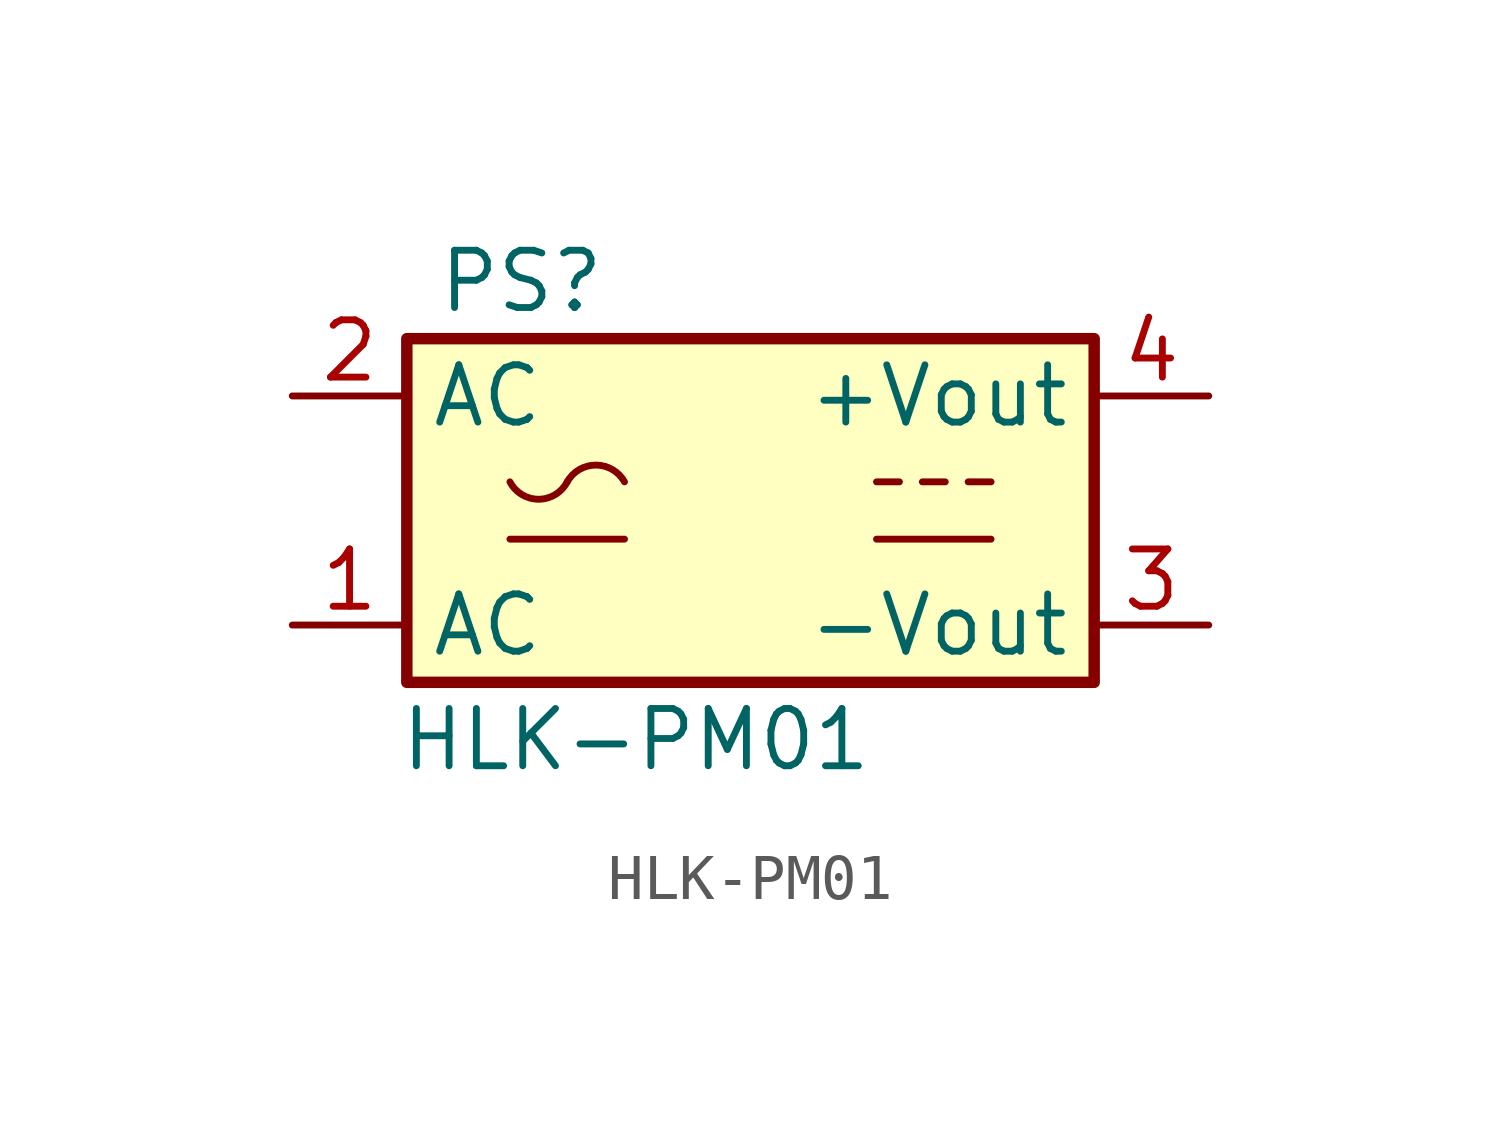
<source format=kicad_sym>
(kicad_symbol_lib
  (version 20211014)
  (generator kicad_symbol_editor)
  (symbol "HLK-PM01"
    (property "Reference" "PS"
      (at -5.08 5.08 0)
      (effects (font (size 1.27 1.27))))
    (property "Value" "HLK-PM01"
      (at -2.54 -5.08 0)
      (effects (font (size 1.27 1.27))))
    (symbol "HLK-PM01_1_1"
      (rectangle (start -7.62 3.81) (end 7.62 -3.81) (stroke (width 0.254) (type default) (color 0 0 0 0)) (fill (type background)))
      (arc (start -5.334 0.635) (mid -4.699 0.2495) (end -4.064 0.635) (stroke (width 0) (type default) (color 0 0 0 0)) (fill (type none)))
      (arc (start -2.794 0.635) (mid -3.429 1.0072) (end -4.064 0.635) (stroke (width 0) (type default) (color 0 0 0 0)) (fill (type none)))
      (polyline (pts (xy -5.334 -0.635) (xy -2.794 -0.635)) (stroke (width 0) (type default) (color 0 0 0 0)) (fill (type none)))
      (polyline (pts (xy 2.794 -0.635) (xy 5.334 -0.635)) (stroke (width 0) (type default) (color 0 0 0 0)) (fill (type none)))
      (polyline (pts (xy 2.794 0.635) (xy 3.302 0.635)) (stroke (width 0) (type default) (color 0 0 0 0)) (fill (type none)))
      (polyline (pts (xy 3.81 0.635) (xy 4.318 0.635)) (stroke (width 0) (type default) (color 0 0 0 0)) (fill (type none)))
      (polyline (pts (xy 4.826 0.635) (xy 5.334 0.635)) (stroke (width 0) (type default) (color 0 0 0 0)) (fill (type none)))
      (pin power_in line (at -10.16 -2.54 0) (length 2.54) (name "AC" (effects (font (size 1.27 1.27)))) (number "1" (effects (font (size 1.27 1.27)))))
      (pin power_in line (at -10.16 2.54 0) (length 2.54) (name "AC" (effects (font (size 1.27 1.27)))) (number "2" (effects (font (size 1.27 1.27)))))
      (pin power_out line (at 10.16 -2.54 180) (length 2.54) (name "-Vout" (effects (font (size 1.27 1.27)))) (number "3" (effects (font (size 1.27 1.27)))))
      (pin power_out line (at 10.16 2.54 180) (length 2.54) (name "+Vout" (effects (font (size 1.27 1.27)))) (number "4" (effects (font (size 1.27 1.27))))))))
</source>
